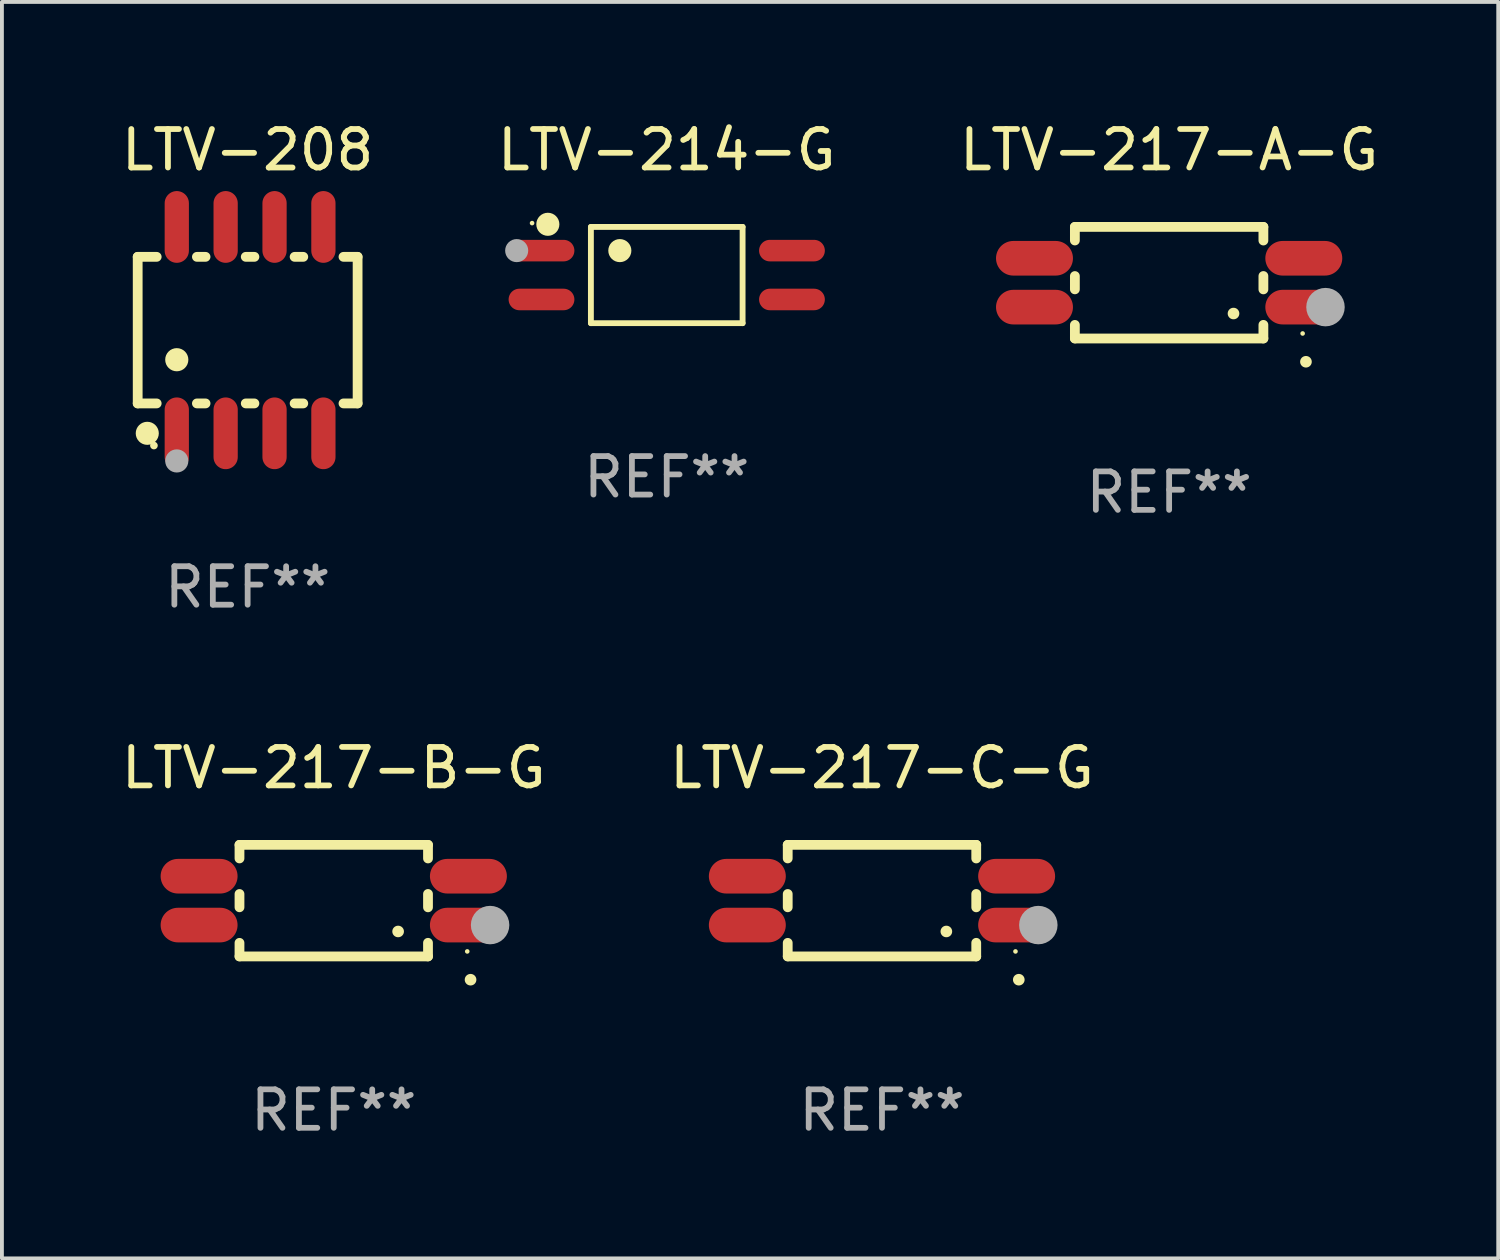
<source format=kicad_pcb>
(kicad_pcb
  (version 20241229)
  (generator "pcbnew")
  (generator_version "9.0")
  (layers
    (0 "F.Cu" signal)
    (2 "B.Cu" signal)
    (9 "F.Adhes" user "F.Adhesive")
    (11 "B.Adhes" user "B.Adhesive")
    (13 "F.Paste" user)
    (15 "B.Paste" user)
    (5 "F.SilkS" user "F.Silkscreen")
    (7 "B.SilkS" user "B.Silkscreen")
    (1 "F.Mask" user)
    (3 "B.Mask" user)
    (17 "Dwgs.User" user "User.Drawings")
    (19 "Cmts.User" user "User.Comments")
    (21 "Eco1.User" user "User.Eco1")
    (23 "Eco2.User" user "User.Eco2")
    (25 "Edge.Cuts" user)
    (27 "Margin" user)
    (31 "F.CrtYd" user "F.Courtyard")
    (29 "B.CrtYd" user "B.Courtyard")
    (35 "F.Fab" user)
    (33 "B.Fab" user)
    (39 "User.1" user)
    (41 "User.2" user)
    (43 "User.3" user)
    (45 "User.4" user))
  (footprint "LTV-208"
    (layer "F.Cu")
    (at 3.387 5.531)
    (property "Reference" "LTV-208" (at 0 -4.682 0) (layer "F.SilkS") (effects (font (size 1 1) (thickness 0.15))))
    (attr through_hole)
    (fp_line (start -2.858 -1.905) (end -2.364 -1.905) (stroke (width 0.254) (type solid)) (layer "F.SilkS"))
    (fp_line (start -2.858 1.905) (end -2.858 -1.905) (stroke (width 0.254) (type solid)) (layer "F.SilkS"))
    (fp_line (start -2.364 1.905) (end -2.858 1.905) (stroke (width 0.254) (type solid)) (layer "F.SilkS"))
    (fp_line (start -1.319 -1.905) (end -1.094 -1.905) (stroke (width 0.254) (type solid)) (layer "F.SilkS"))
    (fp_line (start -1.094 1.905) (end -1.319 1.905) (stroke (width 0.254) (type solid)) (layer "F.SilkS"))
    (fp_line (start -0.049 -1.905) (end 0.176 -1.905) (stroke (width 0.254) (type solid)) (layer "F.SilkS"))
    (fp_line (start 0.176 1.905) (end -0.049 1.905) (stroke (width 0.254) (type solid)) (layer "F.SilkS"))
    (fp_line (start 1.221 -1.905) (end 1.446 -1.905) (stroke (width 0.254) (type solid)) (layer "F.SilkS"))
    (fp_line (start 1.446 1.905) (end 1.221 1.905) (stroke (width 0.254) (type solid)) (layer "F.SilkS"))
    (fp_line (start 2.491 -1.905) (end 2.858 -1.905) (stroke (width 0.254) (type solid)) (layer "F.SilkS"))
    (fp_line (start 2.858 -1.905) (end 2.858 1.905) (stroke (width 0.254) (type solid)) (layer "F.SilkS"))
    (fp_line (start 2.858 1.905) (end 2.491 1.905) (stroke (width 0.254) (type solid)) (layer "F.SilkS"))
    (fp_circle (center -2.609 2.682) (end -2.459 2.682) (stroke (width 0.3) (type solid)) (fill no) (layer "F.SilkS"))
    (fp_circle (center -2.436 3) (end -2.386 3) (stroke (width 0.1) (type solid)) (fill no) (layer "F.SilkS"))
    (fp_circle (center -1.842 0.769) (end -1.691 0.769) (stroke (width 0.3) (type solid)) (fill no) (layer "F.SilkS"))
    (fp_circle (center -1.842 3.4) (end -1.691 3.4) (stroke (width 0.3) (type solid)) (fill no) (layer "F.Fab"))
    (fp_text user "REF**" (at 0 6.682 0) (layer "F.Fab") (effects (font (size 1 1) (thickness 0.15))))
    (pad "1" smd oval (at -1.842 2.682) (size 0.63 1.865) (layers "F.Cu" "F.Mask" "F.Paste"))
    (pad "2" smd oval (at -0.572 2.682) (size 0.63 1.865) (layers "F.Cu" "F.Mask" "F.Paste"))
    (pad "3" smd oval (at 0.699 2.682) (size 0.63 1.865) (layers "F.Cu" "F.Mask" "F.Paste"))
    (pad "4" smd oval (at 1.969 2.682) (size 0.63 1.865) (layers "F.Cu" "F.Mask" "F.Paste"))
    (pad "5" smd oval (at 1.969 -2.682) (size 0.63 1.865) (layers "F.Cu" "F.Mask" "F.Paste"))
    (pad "6" smd oval (at 0.699 -2.682) (size 0.63 1.865) (layers "F.Cu" "F.Mask" "F.Paste"))
    (pad "7" smd oval (at -0.572 -2.682) (size 0.63 1.865) (layers "F.Cu" "F.Mask" "F.Paste"))
    (pad "8" smd oval (at -1.842 -2.682) (size 0.63 1.865) (layers "F.Cu" "F.Mask" "F.Paste")))
  (footprint "LTV-217-B-G"
    (layer "F.Cu")
    (at 5.625 20.36)
    (property "Reference" "LTV-217-B-G" (at 0 -3.45 0) (layer "F.SilkS") (effects (font (size 1 1) (thickness 0.15))))
    (attr through_hole)
    (fp_line (start -2.45 -1.45) (end 2.45 -1.45) (stroke (width 0.254) (type solid)) (layer "F.SilkS"))
    (fp_line (start -2.45 -1.097) (end -2.45 -1.45) (stroke (width 0.254) (type solid)) (layer "F.SilkS"))
    (fp_line (start -2.45 0.173) (end -2.45 -0.173) (stroke (width 0.254) (type solid)) (layer "F.SilkS"))
    (fp_line (start -2.45 1.45) (end -2.45 1.097) (stroke (width 0.254) (type solid)) (layer "F.SilkS"))
    (fp_line (start -2.45 1.45) (end 2.45 1.45) (stroke (width 0.254) (type solid)) (layer "F.SilkS"))
    (fp_line (start 2.45 -1.096) (end 2.45 -1.45) (stroke (width 0.254) (type solid)) (layer "F.SilkS"))
    (fp_line (start 2.45 0.174) (end 2.45 -0.174) (stroke (width 0.254) (type solid)) (layer "F.SilkS"))
    (fp_line (start 2.45 1.45) (end 2.45 1.096) (stroke (width 0.254) (type solid)) (layer "F.SilkS"))
    (fp_arc (start 1.671882 0.801372) (mid 1.673152 0.801367) (end 1.674422 0.801372) (stroke (width 0.3) (type solid)) (layer "F.SilkS"))
    (fp_arc (start 3.554737 2.054991) (mid 3.556007 2.054986) (end 3.557277 2.054991) (stroke (width 0.3) (type solid)) (layer "F.SilkS"))
    (fp_circle (center 3.47 1.32) (end 3.5 1.32) (stroke (width 0.06) (type solid)) (fill no) (layer "F.SilkS"))
    (fp_circle (center 4.064 0.635) (end 4.314 0.635) (stroke (width 0.5) (type solid)) (fill no) (layer "F.Fab"))
    (fp_text user "REF**" (at 0 5.45 0) (layer "F.Fab") (effects (font (size 1 1) (thickness 0.15))))
    (pad "1" smd oval (at 3.5 0.635 270) (size 0.9 2) (layers "F.Cu" "F.Mask" "F.Paste"))
    (pad "2" smd oval (at 3.5 -0.635 270) (size 0.9 2) (layers "F.Cu" "F.Mask" "F.Paste"))
    (pad "3" smd oval (at -3.5 -0.635 270) (size 0.9 2) (layers "F.Cu" "F.Mask" "F.Paste"))
    (pad "4" smd oval (at -3.5 0.635 270) (size 0.9 2) (layers "F.Cu" "F.Mask" "F.Paste")))
  (footprint "LTV-217-C-G"
    (layer "F.Cu")
    (at 19.875 20.36)
    (property "Reference" "LTV-217-C-G" (at 0 -3.45 0) (layer "F.SilkS") (effects (font (size 1 1) (thickness 0.15))))
    (attr through_hole)
    (fp_line (start -2.45 -1.45) (end 2.45 -1.45) (stroke (width 0.254) (type solid)) (layer "F.SilkS"))
    (fp_line (start -2.45 -1.097) (end -2.45 -1.45) (stroke (width 0.254) (type solid)) (layer "F.SilkS"))
    (fp_line (start -2.45 0.173) (end -2.45 -0.173) (stroke (width 0.254) (type solid)) (layer "F.SilkS"))
    (fp_line (start -2.45 1.45) (end -2.45 1.097) (stroke (width 0.254) (type solid)) (layer "F.SilkS"))
    (fp_line (start -2.45 1.45) (end 2.45 1.45) (stroke (width 0.254) (type solid)) (layer "F.SilkS"))
    (fp_line (start 2.45 -1.096) (end 2.45 -1.45) (stroke (width 0.254) (type solid)) (layer "F.SilkS"))
    (fp_line (start 2.45 0.174) (end 2.45 -0.174) (stroke (width 0.254) (type solid)) (layer "F.SilkS"))
    (fp_line (start 2.45 1.45) (end 2.45 1.096) (stroke (width 0.254) (type solid)) (layer "F.SilkS"))
    (fp_arc (start 1.671882 0.801372) (mid 1.673152 0.801367) (end 1.674422 0.801372) (stroke (width 0.3) (type solid)) (layer "F.SilkS"))
    (fp_arc (start 3.554737 2.054991) (mid 3.556007 2.054986) (end 3.557277 2.054991) (stroke (width 0.3) (type solid)) (layer "F.SilkS"))
    (fp_circle (center 3.47 1.32) (end 3.5 1.32) (stroke (width 0.06) (type solid)) (fill no) (layer "F.SilkS"))
    (fp_circle (center 4.064 0.635) (end 4.314 0.635) (stroke (width 0.5) (type solid)) (fill no) (layer "F.Fab"))
    (fp_text user "REF**" (at 0 5.45 0) (layer "F.Fab") (effects (font (size 1 1) (thickness 0.15))))
    (pad "1" smd oval (at 3.5 0.635 270) (size 0.9 2) (layers "F.Cu" "F.Mask" "F.Paste"))
    (pad "2" smd oval (at 3.5 -0.635 270) (size 0.9 2) (layers "F.Cu" "F.Mask" "F.Paste"))
    (pad "3" smd oval (at -3.5 -0.635 270) (size 0.9 2) (layers "F.Cu" "F.Mask" "F.Paste"))
    (pad "4" smd oval (at -3.5 0.635 270) (size 0.9 2) (layers "F.Cu" "F.Mask" "F.Paste")))
  (footprint "LTV-214-G"
    (layer "F.Cu")
    (at 14.28 4.099)
    (property "Reference" "LTV-214-G" (at 0 -3.251 0) (layer "F.SilkS") (effects (font (size 1 1) (thickness 0.15))))
    (attr through_hole)
    (fp_line (start -1.971 -1.251) (end 1.972 -1.251) (stroke (width 0.152) (type solid)) (layer "F.SilkS"))
    (fp_line (start -1.971 1.251) (end -1.971 -1.251) (stroke (width 0.152) (type solid)) (layer "F.SilkS"))
    (fp_line (start 1.972 -1.251) (end 1.972 1.251) (stroke (width 0.152) (type solid)) (layer "F.SilkS"))
    (fp_line (start 1.972 1.251) (end -1.971 1.251) (stroke (width 0.152) (type solid)) (layer "F.SilkS"))
    (fp_circle (center -3.5 -1.35) (end -3.47 -1.35) (stroke (width 0.06) (type solid)) (fill no) (layer "F.SilkS"))
    (fp_circle (center -3.09 -1.319) (end -2.94 -1.319) (stroke (width 0.3) (type solid)) (fill no) (layer "F.SilkS"))
    (fp_circle (center -1.219 -0.635) (end -1.069 -0.635) (stroke (width 0.3) (type solid)) (fill no) (layer "F.SilkS"))
    (fp_circle (center -3.9 -0.635) (end -3.75 -0.635) (stroke (width 0.3) (type solid)) (fill no) (layer "F.Fab"))
    (fp_text user "REF**" (at 0 5.251 0) (layer "F.Fab") (effects (font (size 1 1) (thickness 0.15))))
    (pad "1" smd oval (at -3.255 -0.635 270) (size 0.56 1.71) (layers "F.Cu" "F.Mask" "F.Paste"))
    (pad "2" smd oval (at -3.255 0.635 270) (size 0.56 1.71) (layers "F.Cu" "F.Mask" "F.Paste"))
    (pad "3" smd oval (at 3.255 0.635 270) (size 0.56 1.71) (layers "F.Cu" "F.Mask" "F.Paste"))
    (pad "4" smd oval (at 3.255 -0.635 270) (size 0.56 1.71) (layers "F.Cu" "F.Mask" "F.Paste")))
  (footprint "LTV-217-A-G"
    (layer "F.Cu")
    (at 27.339 4.298)
    (property "Reference" "LTV-217-A-G" (at 0 -3.45 0) (layer "F.SilkS") (effects (font (size 1 1) (thickness 0.15))))
    (attr through_hole)
    (fp_line (start -2.45 -1.45) (end 2.45 -1.45) (stroke (width 0.254) (type solid)) (layer "F.SilkS"))
    (fp_line (start -2.45 -1.097) (end -2.45 -1.45) (stroke (width 0.254) (type solid)) (layer "F.SilkS"))
    (fp_line (start -2.45 0.173) (end -2.45 -0.173) (stroke (width 0.254) (type solid)) (layer "F.SilkS"))
    (fp_line (start -2.45 1.45) (end -2.45 1.097) (stroke (width 0.254) (type solid)) (layer "F.SilkS"))
    (fp_line (start -2.45 1.45) (end 2.45 1.45) (stroke (width 0.254) (type solid)) (layer "F.SilkS"))
    (fp_line (start 2.45 -1.096) (end 2.45 -1.45) (stroke (width 0.254) (type solid)) (layer "F.SilkS"))
    (fp_line (start 2.45 0.174) (end 2.45 -0.174) (stroke (width 0.254) (type solid)) (layer "F.SilkS"))
    (fp_line (start 2.45 1.45) (end 2.45 1.096) (stroke (width 0.254) (type solid)) (layer "F.SilkS"))
    (fp_arc (start 1.671882 0.801372) (mid 1.673152 0.801367) (end 1.674422 0.801372) (stroke (width 0.3) (type solid)) (layer "F.SilkS"))
    (fp_arc (start 3.554737 2.054991) (mid 3.556007 2.054986) (end 3.557277 2.054991) (stroke (width 0.3) (type solid)) (layer "F.SilkS"))
    (fp_circle (center 3.47 1.32) (end 3.5 1.32) (stroke (width 0.06) (type solid)) (fill no) (layer "F.SilkS"))
    (fp_circle (center 4.064 0.635) (end 4.314 0.635) (stroke (width 0.5) (type solid)) (fill no) (layer "F.Fab"))
    (fp_text user "REF**" (at 0 5.45 0) (layer "F.Fab") (effects (font (size 1 1) (thickness 0.15))))
    (pad "1" smd oval (at 3.5 0.635 270) (size 0.9 2) (layers "F.Cu" "F.Mask" "F.Paste"))
    (pad "2" smd oval (at 3.5 -0.635 270) (size 0.9 2) (layers "F.Cu" "F.Mask" "F.Paste"))
    (pad "3" smd oval (at -3.5 -0.635 270) (size 0.9 2) (layers "F.Cu" "F.Mask" "F.Paste"))
    (pad "4" smd oval (at -3.5 0.635 270) (size 0.9 2) (layers "F.Cu" "F.Mask" "F.Paste")))
  (gr_rect
    (start -3 -3)
    (end 35.893 29.658)
    (stroke (width 0.1) (type default))
    (fill no)
    (layer "Edge.Cuts")))
</source>
